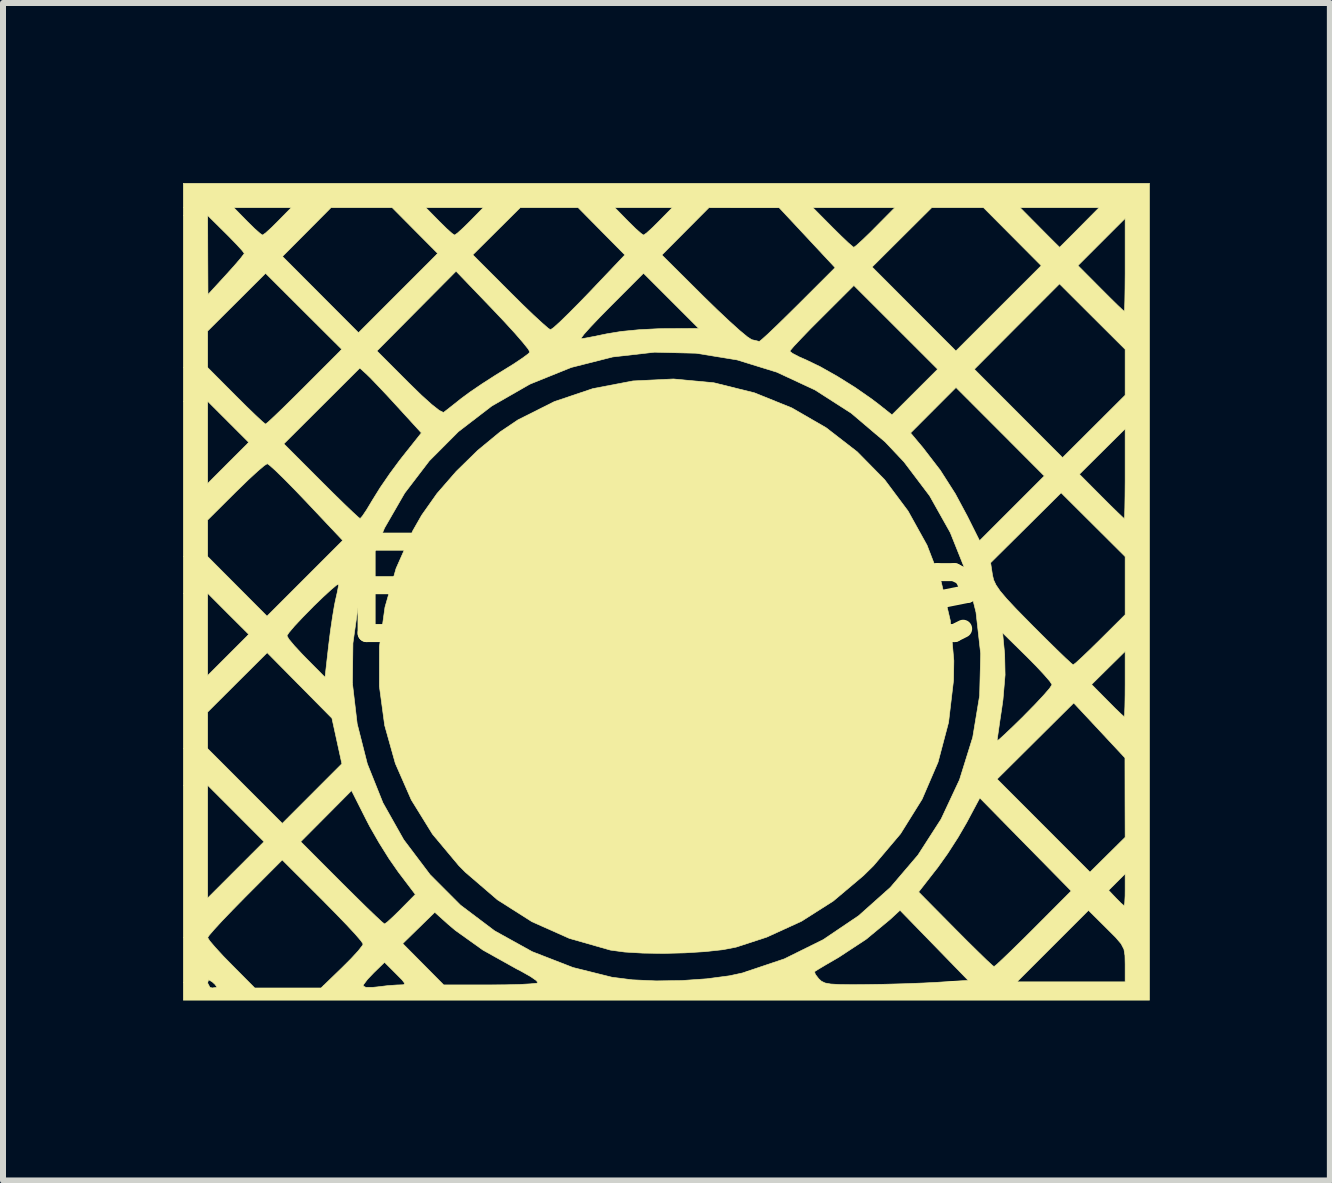
<source format=kicad_pcb>
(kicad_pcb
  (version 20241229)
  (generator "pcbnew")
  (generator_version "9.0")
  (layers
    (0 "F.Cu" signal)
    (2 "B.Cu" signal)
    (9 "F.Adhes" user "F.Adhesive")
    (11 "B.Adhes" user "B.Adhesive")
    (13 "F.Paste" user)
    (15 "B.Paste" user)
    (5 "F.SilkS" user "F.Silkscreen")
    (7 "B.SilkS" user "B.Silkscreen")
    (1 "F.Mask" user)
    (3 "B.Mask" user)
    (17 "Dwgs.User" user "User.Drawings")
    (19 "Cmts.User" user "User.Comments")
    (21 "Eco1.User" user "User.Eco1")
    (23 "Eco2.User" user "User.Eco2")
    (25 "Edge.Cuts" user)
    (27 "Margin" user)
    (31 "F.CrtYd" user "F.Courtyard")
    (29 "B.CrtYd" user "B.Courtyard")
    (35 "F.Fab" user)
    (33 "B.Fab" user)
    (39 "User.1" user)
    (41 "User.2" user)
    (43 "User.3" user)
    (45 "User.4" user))
  (footprint "Electrode"
    (layer "F.Cu")
    (at 8.031 6.812)
    (property "Reference" "Electrode" (at 0 0 0) (layer "F.SilkS") (effects (font (size 1.524 1.524) (thickness 0.3))))
    (attr through_hole)
    (fp_poly (pts (xy 0.808 -3.484) (xy 0.828 -3.48) (xy 1.493 -3.315) (xy 2.115 -3.064) (xy 2.688 -2.733) (xy 3.206 -2.332) (xy 3.663 -1.867) (xy 4.053 -1.345) (xy 4.369 -0.776) (xy 4.605 -0.165) (xy 4.757 0.48) (xy 4.816 1.15) (xy 4.811 1.474) (xy 4.728 2.178) (xy 4.553 2.84) (xy 4.287 3.458) (xy 3.928 4.034) (xy 3.476 4.568) (xy 3.31 4.731) (xy 2.807 5.155) (xy 2.277 5.492) (xy 1.697 5.757) (xy 1.188 5.923) (xy 0.967 5.966) (xy 0.672 5.998) (xy 0.333 6.019) (xy -0.022 6.028) (xy -0.366 6.023) (xy -0.67 6.005) (xy -0.906 5.973) (xy -0.914 5.971) (xy -1.591 5.778) (xy -2.215 5.5) (xy -2.791 5.134) (xy -3.325 4.675) (xy -3.434 4.565) (xy -3.873 4.04) (xy -4.226 3.469) (xy -4.492 2.862) (xy -4.67 2.227) (xy -4.758 1.575) (xy -4.757 0.916) (xy -4.665 0.258) (xy -4.48 -0.388) (xy -4.203 -1.013) (xy -4.053 -1.276) (xy -3.798 -1.637) (xy -3.477 -2.006) (xy -3.118 -2.357) (xy -2.746 -2.664) (xy -2.449 -2.864) (xy -1.842 -3.169) (xy -1.198 -3.386) (xy -0.532 -3.513) (xy 0.142 -3.546) (xy 0.808 -3.484)) (stroke (width 0.01) (type solid)) (fill yes) (layer "F.SilkS"))
    (fp_poly (pts (xy 8.077 6.807) (xy -8.026 6.807) (xy -8.026 6.522) (xy -7.62 6.522) (xy -7.582 6.593) (xy -7.544 6.604) (xy -7.476 6.594) (xy -7.468 6.585) (xy -7.501 6.541) (xy -7.544 6.502) (xy -7.604 6.467) (xy -7.62 6.514) (xy -7.62 6.522) (xy -8.026 6.522) (xy -8.026 5.765) (xy -7.62 5.765) (xy -7.586 5.819) (xy -7.494 5.927) (xy -7.36 6.073) (xy -7.227 6.209) (xy -6.835 6.604) (xy -5.731 6.604) (xy -5.695 6.57) (xy -5.029 6.57) (xy -4.984 6.593) (xy -4.865 6.593) (xy -4.794 6.586) (xy -4.619 6.565) (xy -4.465 6.554) (xy -4.426 6.553) (xy -4.353 6.55) (xy -4.335 6.529) (xy -4.378 6.471) (xy -4.483 6.365) (xy -4.672 6.176) (xy -4.85 6.349) (xy -4.955 6.459) (xy -5.019 6.544) (xy -5.029 6.57) (xy -5.695 6.57) (xy -5.38 6.265) (xy -5.229 6.114) (xy -5.11 5.985) (xy -5.041 5.896) (xy -5.029 5.871) (xy -5.034 5.864) (xy -4.369 5.864) (xy -4.027 6.209) (xy -3.686 6.553) (xy -2.918 6.553) (xy -2.648 6.551) (xy -2.415 6.545) (xy -2.237 6.535) (xy -2.133 6.524) (xy -2.115 6.518) (xy -2.141 6.481) (xy -2.239 6.413) (xy -2.393 6.326) (xy -2.469 6.287) (xy -3.031 5.973) (xy -3.493 5.643) (xy -3.616 5.539) (xy -3.835 5.342) (xy -4.102 5.603) (xy -4.369 5.864) (xy -5.034 5.864) (xy -5.064 5.819) (xy -5.159 5.708) (xy -5.305 5.551) (xy -5.49 5.359) (xy -5.702 5.144) (xy -5.703 5.143) (xy -6.377 4.47) (xy -6.998 5.093) (xy -7.201 5.3) (xy -7.377 5.483) (xy -7.512 5.63) (xy -7.597 5.729) (xy -7.62 5.765) (xy -8.026 5.765) (xy -8.026 5.105) (xy -7.62 5.105) (xy -7.15 4.635) (xy -6.681 4.166) (xy -6.069 4.166) (xy -5.385 4.852) (xy -5.17 5.065) (xy -4.98 5.252) (xy -4.826 5.4) (xy -4.72 5.499) (xy -4.673 5.537) (xy -4.672 5.537) (xy -4.625 5.504) (xy -4.529 5.416) (xy -4.403 5.293) (xy -4.402 5.291) (xy -4.159 5.045) (xy -4.444 4.669) (xy -4.597 4.449) (xy -4.764 4.182) (xy -4.919 3.912) (xy -4.975 3.804) (xy -5.222 3.314) (xy -5.645 3.74) (xy -6.069 4.166) (xy -6.681 4.166) (xy -6.681 4.166) (xy -7.15 3.696) (xy -7.62 3.226) (xy -7.62 5.105) (xy -8.026 5.105) (xy -8.026 2.31) (xy -7.62 2.31) (xy -7.62 2.615) (xy -6.998 3.238) (xy -6.376 3.861) (xy -5.383 2.867) (xy -5.466 2.488) (xy -5.549 2.108) (xy -6.088 1.562) (xy -6.121 1.529) (xy -5.207 1.529) (xy -5.128 2.202) (xy -4.959 2.868) (xy -4.699 3.518) (xy -4.353 4.132) (xy -3.913 4.715) (xy -3.406 5.223) (xy -2.837 5.652) (xy -2.211 5.999) (xy -1.531 6.263) (xy -0.881 6.425) (xy -0.543 6.468) (xy -0.145 6.486) (xy 0.281 6.48) (xy 0.699 6.451) (xy 1.076 6.401) (xy 1.293 6.354) (xy 1.358 6.332) (xy 2.494 6.332) (xy 2.508 6.377) (xy 2.565 6.451) (xy 2.61 6.492) (xy 2.671 6.521) (xy 2.765 6.538) (xy 2.91 6.546) (xy 3.124 6.549) (xy 3.348 6.547) (xy 3.663 6.542) (xy 3.999 6.533) (xy 4.313 6.521) (xy 4.547 6.509) (xy 4.653 6.502) (xy 5.868 6.502) (xy 7.671 6.502) (xy 7.671 6.209) (xy 7.668 6.063) (xy 7.651 5.959) (xy 7.604 5.868) (xy 7.513 5.761) (xy 7.365 5.613) (xy 7.06 5.31) (xy 6.464 5.906) (xy 5.868 6.502) (xy 4.653 6.502) (xy 5.055 6.477) (xy 3.919 5.309) (xy 3.75 5.465) (xy 3.352 5.794) (xy 2.895 6.094) (xy 2.845 6.123) (xy 2.683 6.217) (xy 2.559 6.291) (xy 2.497 6.33) (xy 2.494 6.332) (xy 1.358 6.332) (xy 1.991 6.119) (xy 2.638 5.799) (xy 3.229 5.4) (xy 3.673 5.004) (xy 4.229 5.004) (xy 4.844 5.626) (xy 5.047 5.83) (xy 5.225 6.005) (xy 5.365 6.141) (xy 5.457 6.226) (xy 5.486 6.248) (xy 5.529 6.214) (xy 5.631 6.119) (xy 5.781 5.975) (xy 5.966 5.794) (xy 6.143 5.618) (xy 6.772 4.987) (xy 6.761 4.976) (xy 7.396 4.976) (xy 7.517 5.104) (xy 7.602 5.19) (xy 7.652 5.232) (xy 7.654 5.232) (xy 7.664 5.187) (xy 7.67 5.069) (xy 7.671 4.967) (xy 7.671 4.701) (xy 7.534 4.838) (xy 7.396 4.976) (xy 6.761 4.976) (xy 6.01 4.212) (xy 5.249 3.437) (xy 5.029 3.849) (xy 4.886 4.095) (xy 4.712 4.365) (xy 4.541 4.605) (xy 4.519 4.632) (xy 4.229 5.004) (xy 3.673 5.004) (xy 3.758 4.928) (xy 4.218 4.389) (xy 4.604 3.789) (xy 4.91 3.135) (xy 4.914 3.123) (xy 5.537 3.123) (xy 7.085 4.673) (xy 7.378 4.383) (xy 7.671 4.093) (xy 7.669 3.431) (xy 7.668 2.769) (xy 7.241 2.311) (xy 6.814 1.854) (xy 6.175 2.489) (xy 5.537 3.123) (xy 4.914 3.123) (xy 5.113 2.484) (xy 5.537 2.484) (xy 5.571 2.462) (xy 5.662 2.379) (xy 5.799 2.249) (xy 5.967 2.085) (xy 5.994 2.057) (xy 6.167 1.881) (xy 6.31 1.728) (xy 6.41 1.613) (xy 6.451 1.552) (xy 6.452 1.549) (xy 6.45 1.546) (xy 7.112 1.546) (xy 7.377 1.814) (xy 7.506 1.944) (xy 7.605 2.039) (xy 7.654 2.082) (xy 7.656 2.083) (xy 7.662 2.035) (xy 7.667 1.907) (xy 7.67 1.719) (xy 7.671 1.538) (xy 7.671 0.994) (xy 7.391 1.27) (xy 7.112 1.546) (xy 6.45 1.546) (xy 6.417 1.494) (xy 6.324 1.386) (xy 6.187 1.239) (xy 6.041 1.091) (xy 5.629 0.686) (xy 5.663 1.041) (xy 5.67 1.386) (xy 5.635 1.798) (xy 5.617 1.927) (xy 5.584 2.147) (xy 5.558 2.329) (xy 5.541 2.448) (xy 5.537 2.484) (xy 5.113 2.484) (xy 5.129 2.433) (xy 5.131 2.426) (xy 5.246 1.73) (xy 5.263 1.032) (xy 5.185 0.34) (xy 5.016 -0.336) (xy 4.958 -0.483) (xy 5.429 -0.483) (xy 5.46 -0.279) (xy 5.479 -0.197) (xy 5.519 -0.112) (xy 5.588 -0.011) (xy 5.698 0.119) (xy 5.859 0.291) (xy 6.081 0.517) (xy 6.135 0.572) (xy 6.343 0.779) (xy 6.526 0.959) (xy 6.672 1.1) (xy 6.769 1.19) (xy 6.805 1.219) (xy 6.849 1.185) (xy 6.949 1.094) (xy 7.091 0.958) (xy 7.251 0.801) (xy 7.671 0.383) (xy 7.671 -0.586) (xy 6.604 -1.649) (xy 6.017 -1.066) (xy 5.429 -0.483) (xy 4.958 -0.483) (xy 4.757 -0.985) (xy 4.413 -1.598) (xy 3.985 -2.164) (xy 3.67 -2.498) (xy 3.494 -2.646) (xy 4.095 -2.646) (xy 4.299 -2.403) (xy 4.59 -2.025) (xy 4.841 -1.632) (xy 5.04 -1.261) (xy 5.245 -0.851) (xy 6.324 -1.93) (xy 6.295 -1.958) (xy 6.909 -1.958) (xy 7.276 -1.589) (xy 7.43 -1.435) (xy 7.555 -1.313) (xy 7.635 -1.237) (xy 7.657 -1.219) (xy 7.662 -1.267) (xy 7.666 -1.399) (xy 7.669 -1.597) (xy 7.671 -1.843) (xy 7.671 -1.967) (xy 7.671 -2.715) (xy 7.29 -2.337) (xy 6.909 -1.958) (xy 6.295 -1.958) (xy 5.588 -2.667) (xy 4.852 -3.404) (xy 4.095 -2.646) (xy 3.494 -2.646) (xy 3.107 -2.975) (xy 2.504 -3.362) (xy 1.866 -3.659) (xy 1.202 -3.864) (xy 0.52 -3.975) (xy -0.173 -3.992) (xy -0.869 -3.913) (xy -1.56 -3.738) (xy -2.239 -3.464) (xy -2.261 -3.453) (xy -2.885 -3.095) (xy -3.441 -2.668) (xy -3.926 -2.181) (xy -4.337 -1.643) (xy -4.672 -1.062) (xy -4.929 -0.446) (xy -5.105 0.197) (xy -5.199 0.858) (xy -5.207 1.529) (xy -6.121 1.529) (xy -6.628 1.016) (xy -7.124 1.51) (xy -7.62 2.005) (xy -7.62 2.31) (xy -8.026 2.31) (xy -8.026 1.396) (xy -7.62 1.396) (xy -7.278 1.054) (xy -6.958 0.734) (xy -6.299 0.734) (xy -6.266 0.791) (xy -6.176 0.899) (xy -6.046 1.039) (xy -5.982 1.105) (xy -5.664 1.426) (xy -5.605 0.903) (xy -5.574 0.654) (xy -5.539 0.416) (xy -5.507 0.225) (xy -5.492 0.152) (xy -5.459 0.005) (xy -5.439 -0.102) (xy -5.437 -0.126) (xy -5.47 -0.112) (xy -5.56 -0.037) (xy -5.694 0.086) (xy -5.859 0.245) (xy -5.867 0.254) (xy -6.035 0.425) (xy -6.173 0.572) (xy -6.265 0.681) (xy -6.299 0.734) (xy -6.958 0.734) (xy -6.935 0.711) (xy -7.278 0.369) (xy -7.62 0.026) (xy -7.62 1.396) (xy -8.026 1.396) (xy -8.026 -1.196) (xy -7.62 -1.196) (xy -7.62 -0.586) (xy -7.125 -0.089) (xy -6.631 0.407) (xy -5.369 -0.855) (xy -5.972 -1.494) (xy -6.172 -1.703) (xy -6.35 -1.884) (xy -6.493 -2.023) (xy -6.591 -2.11) (xy -6.627 -2.134) (xy -6.68 -2.1) (xy -6.79 -2.006) (xy -6.94 -1.868) (xy -7.116 -1.697) (xy -7.149 -1.665) (xy -7.62 -1.196) (xy -8.026 -1.196) (xy -8.026 -1.804) (xy -7.62 -1.804) (xy -7.278 -2.147) (xy -6.959 -2.465) (xy -6.35 -2.465) (xy -5.728 -1.842) (xy -5.524 -1.639) (xy -5.345 -1.464) (xy -5.203 -1.328) (xy -5.11 -1.243) (xy -5.079 -1.219) (xy -5.042 -1.26) (xy -4.97 -1.367) (xy -4.878 -1.52) (xy -4.864 -1.543) (xy -4.744 -1.736) (xy -4.586 -1.966) (xy -4.42 -2.191) (xy -4.368 -2.257) (xy -4.058 -2.647) (xy -4.462 -3.089) (xy -4.632 -3.274) (xy -4.788 -3.439) (xy -4.91 -3.566) (xy -4.975 -3.629) (xy -5.084 -3.728) (xy -6.35 -2.465) (xy -6.959 -2.465) (xy -6.935 -2.489) (xy -7.278 -2.832) (xy -7.62 -3.174) (xy -7.62 -1.804) (xy -8.026 -1.804) (xy -8.026 -4.345) (xy -7.62 -4.345) (xy -7.62 -3.736) (xy -7.151 -3.265) (xy -6.975 -3.09) (xy -6.824 -2.944) (xy -6.714 -2.841) (xy -6.658 -2.795) (xy -6.655 -2.794) (xy -6.612 -2.828) (xy -6.51 -2.923) (xy -6.36 -3.067) (xy -6.176 -3.248) (xy -6.006 -3.417) (xy -5.411 -4.013) (xy -4.799 -4.013) (xy -4.269 -3.482) (xy -4.059 -3.277) (xy -3.886 -3.121) (xy -3.76 -3.022) (xy -3.692 -2.988) (xy -3.686 -2.99) (xy -3.619 -3.042) (xy -3.502 -3.134) (xy -3.398 -3.217) (xy -3.249 -3.327) (xy -3.046 -3.465) (xy -2.822 -3.609) (xy -2.715 -3.675) (xy -2.526 -3.792) (xy -2.373 -3.894) (xy -2.275 -3.967) (xy -2.25 -3.995) (xy -2.257 -4.008) (xy 2.083 -4.008) (xy 2.126 -3.973) (xy 2.237 -3.915) (xy 2.349 -3.866) (xy 2.588 -3.751) (xy 2.872 -3.591) (xy 3.167 -3.407) (xy 3.439 -3.218) (xy 3.557 -3.129) (xy 3.785 -2.948) (xy 4.165 -3.328) (xy 4.546 -3.708) (xy 5.158 -3.708) (xy 5.893 -2.972) (xy 6.628 -2.235) (xy 7.671 -3.275) (xy 7.671 -4.04) (xy 7.124 -4.585) (xy 6.577 -5.131) (xy 5.867 -4.42) (xy 5.158 -3.708) (xy 4.546 -3.708) (xy 4.546 -3.709) (xy 3.15 -5.104) (xy 2.617 -4.572) (xy 2.429 -4.384) (xy 2.271 -4.22) (xy 2.153 -4.095) (xy 2.09 -4.021) (xy 2.083 -4.008) (xy -2.257 -4.008) (xy -2.278 -4.045) (xy -2.367 -4.156) (xy -2.419 -4.216) (xy -1.397 -4.216) (xy -1.326 -4.227) (xy -1.184 -4.254) (xy -0.999 -4.292) (xy -0.965 -4.299) (xy -0.727 -4.338) (xy -0.43 -4.367) (xy -0.117 -4.383) (xy -0.01 -4.385) (xy 0.564 -4.388) (xy 0.104 -4.848) (xy -0.356 -5.308) (xy -0.901 -4.762) (xy -1.086 -4.574) (xy -1.238 -4.414) (xy -1.345 -4.295) (xy -1.396 -4.227) (xy -1.397 -4.216) (xy -2.419 -4.216) (xy -2.504 -4.314) (xy -2.68 -4.506) (xy -2.857 -4.693) (xy -3.48 -5.342) (xy -4.799 -4.013) (xy -5.411 -4.013) (xy -5.385 -4.04) (xy -6.02 -4.673) (xy -6.655 -5.307) (xy -7.137 -4.826) (xy -7.62 -4.345) (xy -8.026 -4.345) (xy -8.026 -6.271) (xy -7.62 -6.271) (xy -7.618 -5.612) (xy -7.615 -4.953) (xy -7.313 -5.282) (xy -7.178 -5.432) (xy -7.074 -5.553) (xy -7.047 -5.588) (xy -6.373 -5.588) (xy -5.74 -4.953) (xy -5.106 -4.317) (xy -3.809 -5.615) (xy -3.201 -5.615) (xy -2.579 -4.992) (xy -2.373 -4.788) (xy -2.19 -4.612) (xy -2.042 -4.476) (xy -1.943 -4.39) (xy -1.906 -4.367) (xy -1.855 -4.401) (xy -1.748 -4.498) (xy -1.597 -4.645) (xy -1.414 -4.83) (xy -1.26 -4.989) (xy -0.668 -5.612) (xy -0.05 -5.612) (xy 0.648 -4.918) (xy 0.871 -4.701) (xy 1.075 -4.509) (xy 1.247 -4.354) (xy 1.375 -4.248) (xy 1.446 -4.202) (xy 1.448 -4.201) (xy 1.542 -4.179) (xy 1.574 -4.171) (xy 1.616 -4.204) (xy 1.718 -4.296) (xy 1.867 -4.438) (xy 2.051 -4.618) (xy 2.218 -4.783) (xy 2.837 -5.401) (xy 2.827 -5.412) (xy 3.454 -5.412) (xy 4.85 -4.013) (xy 6.273 -5.435) (xy 6.271 -5.436) (xy 6.885 -5.436) (xy 7.264 -5.055) (xy 7.42 -4.899) (xy 7.548 -4.773) (xy 7.632 -4.694) (xy 7.657 -4.674) (xy 7.662 -4.721) (xy 7.666 -4.854) (xy 7.669 -5.052) (xy 7.671 -5.301) (xy 7.671 -5.448) (xy 7.671 -6.222) (xy 7.278 -5.829) (xy 6.885 -5.436) (xy 6.271 -5.436) (xy 5.311 -6.401) (xy 5.921 -6.401) (xy 6.248 -6.071) (xy 6.392 -5.926) (xy 6.504 -5.814) (xy 6.569 -5.75) (xy 6.579 -5.74) (xy 6.613 -5.774) (xy 6.703 -5.864) (xy 6.832 -5.993) (xy 6.909 -6.071) (xy 7.236 -6.401) (xy 5.921 -6.401) (xy 5.311 -6.401) (xy 4.447 -6.401) (xy 3.95 -5.906) (xy 3.454 -5.412) (xy 2.827 -5.412) (xy 2.371 -5.901) (xy 1.905 -6.4) (xy 1.32 -6.4) (xy 0.734 -6.401) (xy 2.467 -6.401) (xy 2.794 -6.071) (xy 2.941 -5.926) (xy 3.06 -5.813) (xy 3.135 -5.749) (xy 3.15 -5.74) (xy 3.195 -5.774) (xy 3.295 -5.865) (xy 3.43 -5.995) (xy 3.505 -6.071) (xy 3.832 -6.401) (xy 2.467 -6.401) (xy 0.734 -6.401) (xy -0.05 -5.612) (xy -0.668 -5.612) (xy -0.666 -5.613) (xy -1.056 -6.007) (xy -1.445 -6.401) (xy -2.411 -6.401) (xy -3.201 -5.615) (xy -3.809 -5.615) (xy -3.786 -5.638) (xy -4.165 -6.019) (xy -4.544 -6.401) (xy -3.984 -6.401) (xy -3.759 -6.172) (xy -3.638 -6.053) (xy -3.546 -5.971) (xy -3.505 -5.944) (xy -3.457 -5.977) (xy -3.361 -6.064) (xy -3.251 -6.172) (xy -3.027 -6.401) (xy -3.505 -6.401) (xy -0.834 -6.401) (xy -0.61 -6.172) (xy -0.489 -6.053) (xy -0.396 -5.971) (xy -0.356 -5.944) (xy -0.307 -5.977) (xy -0.211 -6.064) (xy -0.102 -6.172) (xy 0.123 -6.401) (xy -0.356 -6.401) (xy -0.834 -6.401) (xy -3.505 -6.401) (xy -3.984 -6.401) (xy -4.544 -6.401) (xy -5.055 -6.401) (xy -5.565 -6.401) (xy -5.969 -5.994) (xy -6.373 -5.588) (xy -7.047 -5.588) (xy -7.017 -5.627) (xy -7.01 -5.639) (xy -7.044 -5.685) (xy -7.134 -5.784) (xy -7.263 -5.917) (xy -7.315 -5.969) (xy -7.62 -6.271) (xy -8.026 -6.271) (xy -8.026 -6.401) (xy -7.184 -6.401) (xy -6.96 -6.172) (xy -6.839 -6.053) (xy -6.746 -5.971) (xy -6.706 -5.944) (xy -6.657 -5.977) (xy -6.561 -6.064) (xy -6.452 -6.172) (xy -6.227 -6.401) (xy -6.706 -6.401) (xy -7.184 -6.401) (xy -8.026 -6.401) (xy -8.026 -6.807) (xy 8.077 -6.807) (xy 8.077 6.807)) (stroke (width 0.01) (type solid)) (fill yes) (layer "F.SilkS")))
  (gr_rect
    (start -3 -3)
    (end 19.114 16.624)
    (stroke (width 0.1) (type default))
    (fill no)
    (layer "Edge.Cuts")))
</source>
